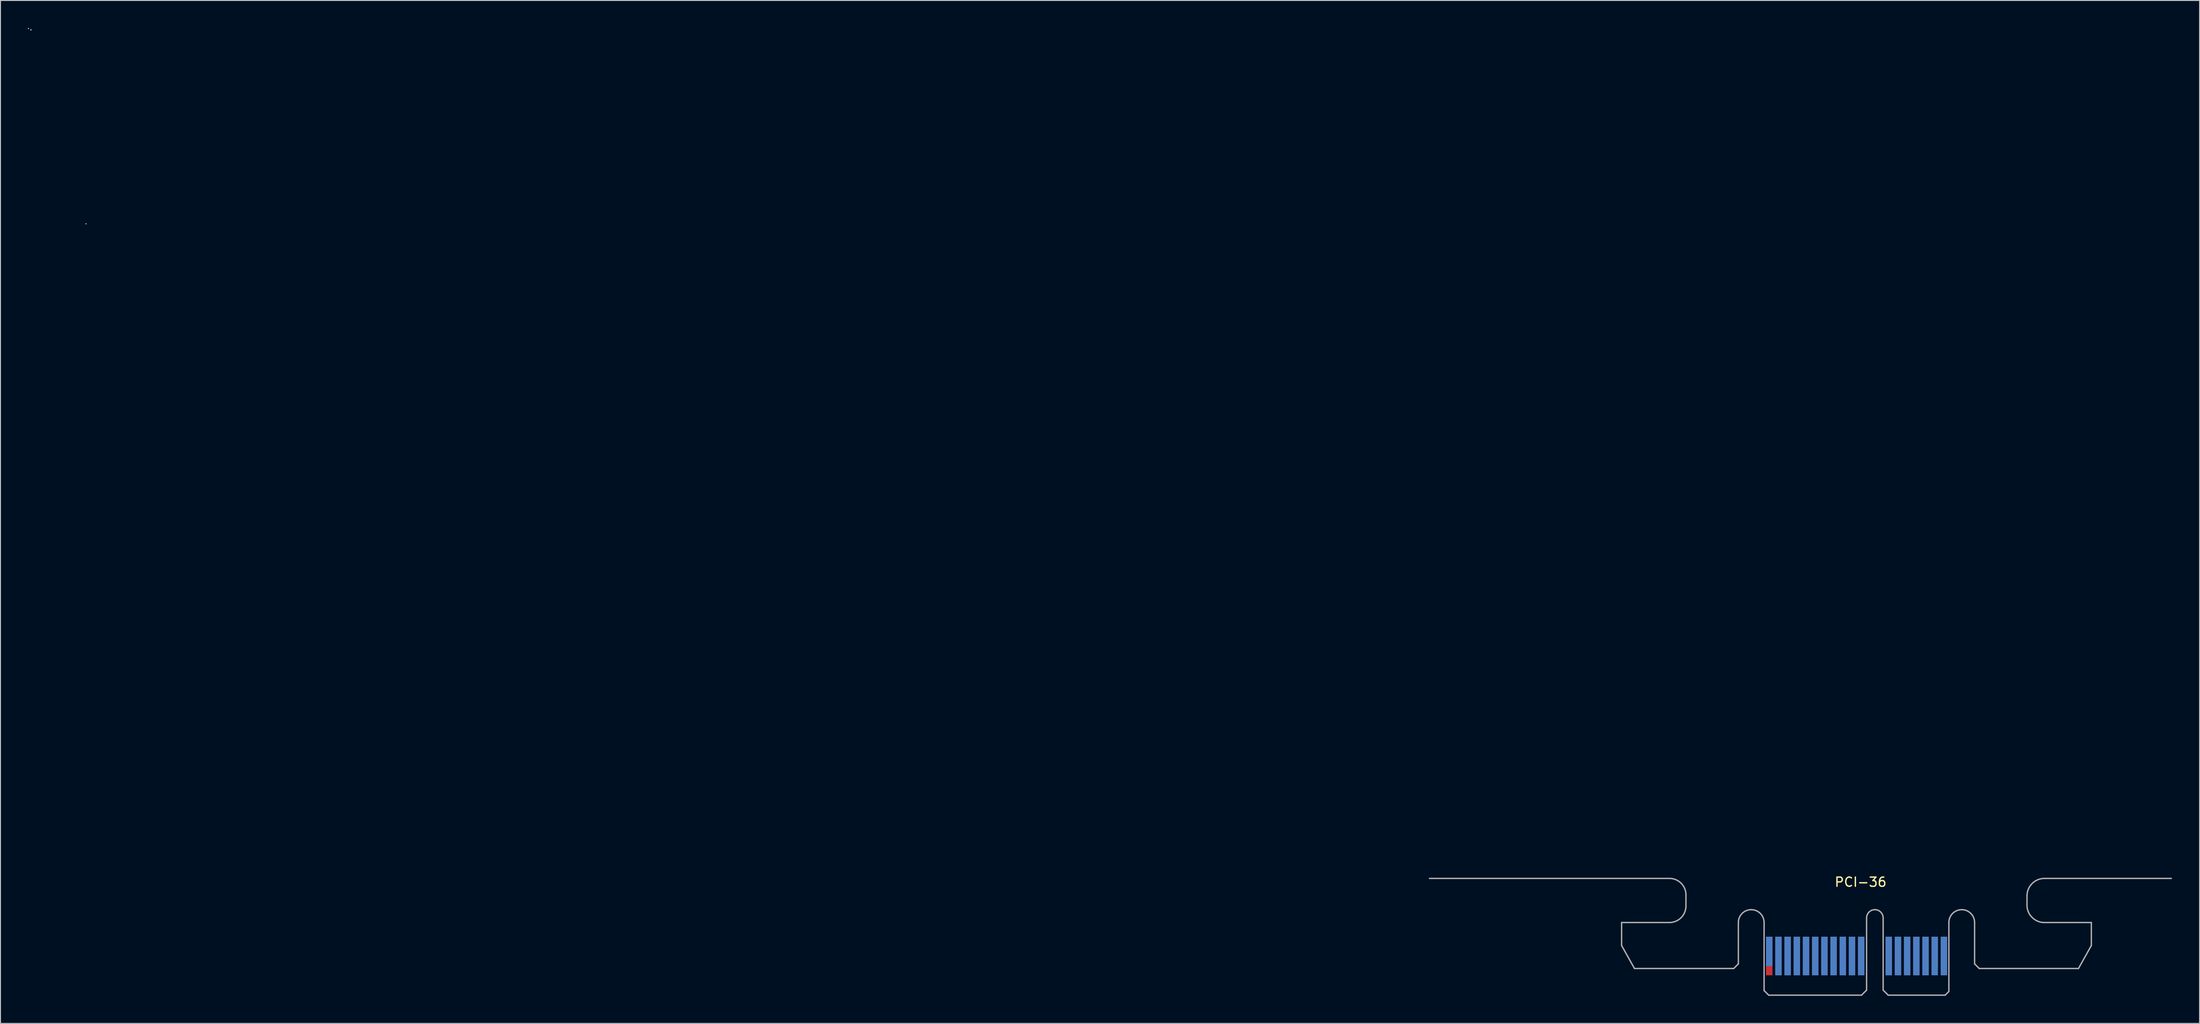
<source format=kicad_pcb>
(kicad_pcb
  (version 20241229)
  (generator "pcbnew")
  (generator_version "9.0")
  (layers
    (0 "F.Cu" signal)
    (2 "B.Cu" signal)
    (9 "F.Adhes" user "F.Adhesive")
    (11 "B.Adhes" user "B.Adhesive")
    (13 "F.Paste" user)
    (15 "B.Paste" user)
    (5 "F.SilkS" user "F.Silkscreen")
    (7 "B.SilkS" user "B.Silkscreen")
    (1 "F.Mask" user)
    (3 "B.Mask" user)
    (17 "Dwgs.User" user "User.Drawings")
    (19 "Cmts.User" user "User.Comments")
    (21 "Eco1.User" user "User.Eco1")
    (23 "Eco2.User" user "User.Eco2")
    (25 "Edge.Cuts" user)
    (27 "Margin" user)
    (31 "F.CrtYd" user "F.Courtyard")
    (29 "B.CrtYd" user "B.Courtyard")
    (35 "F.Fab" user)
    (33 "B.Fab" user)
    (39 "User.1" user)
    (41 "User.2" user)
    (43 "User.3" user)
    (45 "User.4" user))
  (footprint "PCI-36"
    (layer "F.Cu")
    (at 199.35 92.42)
    (property "Reference" "PCI-36" (at 0 0.5 0) (layer "F.SilkS") (effects (font (size 1 1) (thickness 0.15))))
    (attr through_hole)
    (fp_line (start -10.46 3.31) (end -9.96 5.13) (stroke (width 0.15) (type solid)) (layer "F.Mask"))
    (fp_line (start -9.96 5.13) (end -9.46 3.31) (stroke (width 0.15) (type solid)) (layer "F.Mask"))
    (fp_line (start -9.46 3.31) (end -10.46 3.31) (stroke (width 0.15) (type solid)) (layer "F.Mask"))
    (fp_line (start -199.3 -92.37) (end -199.3 -92.37) (stroke (width 0.1) (type solid)) (layer "Dwgs.User"))
    (fp_line (start -199.3 -92.37) (end -199.3 -92.37) (stroke (width 0.1) (type solid)) (layer "Dwgs.User"))
    (fp_line (start -199.3 -92.37) (end -199.3 -92.37) (stroke (width 0.1) (type solid)) (layer "Dwgs.User"))
    (fp_line (start -199.3 -92.37) (end -199.3 -92.37) (stroke (width 0.1) (type solid)) (layer "Dwgs.User"))
    (fp_line (start -199.3 -92.37) (end -199.3 -92.37) (stroke (width 0.1) (type solid)) (layer "Dwgs.User"))
    (fp_line (start -199.3 -92.37) (end -199.3 -92.37) (stroke (width 0.1) (type solid)) (layer "Dwgs.User"))
    (fp_line (start -199.04 -92.22) (end -199.04 -92.22) (stroke (width 0.1) (type solid)) (layer "Dwgs.User"))
    (fp_line (start -199.04 -92.22) (end -199.04 -92.22) (stroke (width 0.1) (type solid)) (layer "Dwgs.User"))
    (fp_line (start -199.04 -92.22) (end -199.04 -92.22) (stroke (width 0.1) (type solid)) (layer "Dwgs.User"))
    (fp_line (start -199.04 -92.22) (end -199.04 -92.22) (stroke (width 0.1) (type solid)) (layer "Dwgs.User"))
    (fp_line (start -199.04 -92.22) (end -199.04 -92.22) (stroke (width 0.1) (type solid)) (layer "Dwgs.User"))
    (fp_line (start -199.04 -92.22) (end -199.04 -92.22) (stroke (width 0.1) (type solid)) (layer "Dwgs.User"))
    (fp_line (start -199.04 -92.22) (end -199.04 -92.22) (stroke (width 0.1) (type solid)) (layer "Dwgs.User"))
    (fp_line (start -199.04 -92.22) (end -199.04 -92.22) (stroke (width 0.1) (type solid)) (layer "Dwgs.User"))
    (fp_line (start -199.04 -92.22) (end -199.04 -92.22) (stroke (width 0.1) (type solid)) (layer "Dwgs.User"))
    (fp_line (start -199.04 -92.22) (end -199.04 -92.22) (stroke (width 0.1) (type solid)) (layer "Dwgs.User"))
    (fp_line (start -199.04 -92.22) (end -199.04 -92.22) (stroke (width 0.1) (type solid)) (layer "Dwgs.User"))
    (fp_line (start -199.04 -92.22) (end -199.04 -92.22) (stroke (width 0.1) (type solid)) (layer "Dwgs.User"))
    (fp_line (start -199.04 -92.22) (end -199.04 -92.22) (stroke (width 0.1) (type solid)) (layer "Dwgs.User"))
    (fp_line (start -199.04 -92.22) (end -199.04 -92.22) (stroke (width 0.1) (type solid)) (layer "Dwgs.User"))
    (fp_line (start -199.04 -92.22) (end -199.04 -92.22) (stroke (width 0.1) (type solid)) (layer "Dwgs.User"))
    (fp_line (start -199.04 -92.22) (end -199.04 -92.22) (stroke (width 0.1) (type solid)) (layer "Dwgs.User"))
    (fp_line (start -199.04 -92.22) (end -199.04 -92.22) (stroke (width 0.1) (type solid)) (layer "Dwgs.User"))
    (fp_line (start -199.04 -92.22) (end -199.04 -92.22) (stroke (width 0.1) (type solid)) (layer "Dwgs.User"))
    (fp_line (start -199.04 -92.22) (end -199.04 -92.22) (stroke (width 0.1) (type solid)) (layer "Dwgs.User"))
    (fp_line (start -199.04 -92.22) (end -199.04 -92.22) (stroke (width 0.1) (type solid)) (layer "Dwgs.User"))
    (fp_line (start -199.04 -92.22) (end -199.04 -92.22) (stroke (width 0.1) (type solid)) (layer "Dwgs.User"))
    (fp_line (start -199.04 -92.22) (end -199.04 -92.22) (stroke (width 0.1) (type solid)) (layer "Dwgs.User"))
    (fp_line (start -199.04 -92.22) (end -199.04 -92.22) (stroke (width 0.1) (type solid)) (layer "Dwgs.User"))
    (fp_line (start -199.04 -92.22) (end -199.04 -92.22) (stroke (width 0.1) (type solid)) (layer "Dwgs.User"))
    (fp_line (start -199.04 -92.22) (end -199.04 -92.22) (stroke (width 0.1) (type solid)) (layer "Dwgs.User"))
    (fp_line (start -199.04 -92.22) (end -199.04 -92.22) (stroke (width 0.1) (type solid)) (layer "Dwgs.User"))
    (fp_line (start -199.04 -92.22) (end -199.04 -92.22) (stroke (width 0.1) (type solid)) (layer "Dwgs.User"))
    (fp_line (start -199.04 -92.22) (end -199.04 -92.22) (stroke (width 0.1) (type solid)) (layer "Dwgs.User"))
    (fp_line (start -199.04 -92.22) (end -199.04 -92.22) (stroke (width 0.1) (type solid)) (layer "Dwgs.User"))
    (fp_line (start -199.04 -92.22) (end -199.04 -92.22) (stroke (width 0.1) (type solid)) (layer "Dwgs.User"))
    (fp_line (start -199.04 -92.22) (end -199.04 -92.22) (stroke (width 0.1) (type solid)) (layer "Dwgs.User"))
    (fp_line (start -199.04 -92.22) (end -199.04 -92.22) (stroke (width 0.1) (type solid)) (layer "Dwgs.User"))
    (fp_line (start -199.04 -92.22) (end -199.04 -92.22) (stroke (width 0.1) (type solid)) (layer "Dwgs.User"))
    (fp_line (start -199.04 -92.22) (end -199.04 -92.22) (stroke (width 0.1) (type solid)) (layer "Dwgs.User"))
    (fp_line (start -199.04 -92.22) (end -199.04 -92.22) (stroke (width 0.1) (type solid)) (layer "Dwgs.User"))
    (fp_line (start -199.04 -92.22) (end -199.04 -92.22) (stroke (width 0.1) (type solid)) (layer "Dwgs.User"))
    (fp_line (start -199.04 -92.22) (end -199.04 -92.22) (stroke (width 0.1) (type solid)) (layer "Dwgs.User"))
    (fp_line (start -199.04 -92.22) (end -199.04 -92.22) (stroke (width 0.1) (type solid)) (layer "Dwgs.User"))
    (fp_line (start -199.04 -92.22) (end -199.04 -92.22) (stroke (width 0.1) (type solid)) (layer "Dwgs.User"))
    (fp_line (start -199.04 -92.22) (end -199.04 -92.22) (stroke (width 0.1) (type solid)) (layer "Dwgs.User"))
    (fp_line (start -199.04 -92.22) (end -199.04 -92.22) (stroke (width 0.1) (type solid)) (layer "Dwgs.User"))
    (fp_line (start -199.04 -92.22) (end -199.04 -92.22) (stroke (width 0.1) (type solid)) (layer "Dwgs.User"))
    (fp_line (start -199.04 -92.22) (end -199.04 -92.22) (stroke (width 0.1) (type solid)) (layer "Dwgs.User"))
    (fp_line (start -199.04 -92.22) (end -199.04 -92.22) (stroke (width 0.1) (type solid)) (layer "Dwgs.User"))
    (fp_line (start -199.04 -92.22) (end -199.04 -92.22) (stroke (width 0.1) (type solid)) (layer "Dwgs.User"))
    (fp_line (start -199.04 -92.22) (end -199.04 -92.22) (stroke (width 0.1) (type solid)) (layer "Dwgs.User"))
    (fp_line (start -199.04 -92.22) (end -199.04 -92.22) (stroke (width 0.1) (type solid)) (layer "Dwgs.User"))
    (fp_line (start -199.04 -92.22) (end -199.04 -92.22) (stroke (width 0.1) (type solid)) (layer "Dwgs.User"))
    (fp_line (start -199.04 -92.22) (end -199.04 -92.22) (stroke (width 0.1) (type solid)) (layer "Dwgs.User"))
    (fp_line (start -199.04 -92.22) (end -199.04 -92.22) (stroke (width 0.1) (type solid)) (layer "Dwgs.User"))
    (fp_line (start -199.04 -92.22) (end -199.04 -92.22) (stroke (width 0.1) (type solid)) (layer "Dwgs.User"))
    (fp_line (start -199.04 -92.22) (end -199.04 -92.22) (stroke (width 0.1) (type solid)) (layer "Dwgs.User"))
    (fp_line (start -199.04 -92.22) (end -199.04 -92.22) (stroke (width 0.1) (type solid)) (layer "Dwgs.User"))
    (fp_line (start -199.04 -92.22) (end -199.04 -92.22) (stroke (width 0.1) (type solid)) (layer "Dwgs.User"))
    (fp_line (start -199.04 -92.22) (end -199.04 -92.22) (stroke (width 0.1) (type solid)) (layer "Dwgs.User"))
    (fp_line (start -199.04 -92.22) (end -199.04 -92.22) (stroke (width 0.1) (type solid)) (layer "Dwgs.User"))
    (fp_line (start -199.04 -92.22) (end -199.04 -92.22) (stroke (width 0.1) (type solid)) (layer "Dwgs.User"))
    (fp_line (start -199.04 -92.22) (end -199.04 -92.22) (stroke (width 0.1) (type solid)) (layer "Dwgs.User"))
    (fp_line (start -199.04 -92.22) (end -199.04 -92.22) (stroke (width 0.1) (type solid)) (layer "Dwgs.User"))
    (fp_line (start -199.04 -92.22) (end -199.04 -92.22) (stroke (width 0.1) (type solid)) (layer "Dwgs.User"))
    (fp_line (start -199.04 -92.22) (end -199.04 -92.22) (stroke (width 0.1) (type solid)) (layer "Dwgs.User"))
    (fp_line (start -199.04 -92.22) (end -199.04 -92.22) (stroke (width 0.1) (type solid)) (layer "Dwgs.User"))
    (fp_line (start -199.04 -92.22) (end -199.04 -92.22) (stroke (width 0.1) (type solid)) (layer "Dwgs.User"))
    (fp_line (start -199.04 -92.22) (end -199.04 -92.22) (stroke (width 0.1) (type solid)) (layer "Dwgs.User"))
    (fp_line (start -199.04 -92.22) (end -199.04 -92.22) (stroke (width 0.1) (type solid)) (layer "Dwgs.User"))
    (fp_line (start -199.04 -92.22) (end -199.04 -92.22) (stroke (width 0.1) (type solid)) (layer "Dwgs.User"))
    (fp_line (start -199.04 -92.22) (end -199.04 -92.22) (stroke (width 0.1) (type solid)) (layer "Dwgs.User"))
    (fp_line (start -199.04 -92.22) (end -199.04 -92.22) (stroke (width 0.1) (type solid)) (layer "Dwgs.User"))
    (fp_line (start -199.04 -92.22) (end -199.04 -92.22) (stroke (width 0.1) (type solid)) (layer "Dwgs.User"))
    (fp_line (start -199.04 -92.22) (end -199.04 -92.22) (stroke (width 0.1) (type solid)) (layer "Dwgs.User"))
    (fp_line (start -199.04 -92.22) (end -199.04 -92.22) (stroke (width 0.1) (type solid)) (layer "Dwgs.User"))
    (fp_line (start -199.04 -92.22) (end -199.04 -92.22) (stroke (width 0.1) (type solid)) (layer "Dwgs.User"))
    (fp_line (start -199.04 -92.22) (end -199.04 -92.22) (stroke (width 0.1) (type solid)) (layer "Dwgs.User"))
    (fp_line (start -199.04 -92.22) (end -199.04 -92.22) (stroke (width 0.1) (type solid)) (layer "Dwgs.User"))
    (fp_line (start -199.04 -92.22) (end -199.04 -92.22) (stroke (width 0.1) (type solid)) (layer "Dwgs.User"))
    (fp_line (start -199.04 -92.22) (end -199.04 -92.22) (stroke (width 0.1) (type solid)) (layer "Dwgs.User"))
    (fp_line (start -199.04 -92.22) (end -199.04 -92.22) (stroke (width 0.1) (type solid)) (layer "Dwgs.User"))
    (fp_line (start -199.04 -92.22) (end -199.04 -92.22) (stroke (width 0.1) (type solid)) (layer "Dwgs.User"))
    (fp_line (start -199.04 -92.22) (end -199.04 -92.22) (stroke (width 0.1) (type solid)) (layer "Dwgs.User"))
    (fp_line (start -199.04 -92.22) (end -199.04 -92.22) (stroke (width 0.1) (type solid)) (layer "Dwgs.User"))
    (fp_line (start -199.04 -92.22) (end -199.04 -92.22) (stroke (width 0.1) (type solid)) (layer "Dwgs.User"))
    (fp_line (start -199.04 -92.22) (end -199.04 -92.22) (stroke (width 0.1) (type solid)) (layer "Dwgs.User"))
    (fp_line (start -199.04 -92.22) (end -199.04 -92.22) (stroke (width 0.1) (type solid)) (layer "Dwgs.User"))
    (fp_line (start -199.04 -92.22) (end -199.04 -92.22) (stroke (width 0.1) (type solid)) (layer "Dwgs.User"))
    (fp_line (start -199.04 -92.22) (end -199.04 -92.22) (stroke (width 0.1) (type solid)) (layer "Dwgs.User"))
    (fp_line (start -199.04 -92.22) (end -199.04 -92.22) (stroke (width 0.1) (type solid)) (layer "Dwgs.User"))
    (fp_line (start -199.04 -92.22) (end -199.04 -92.22) (stroke (width 0.1) (type solid)) (layer "Dwgs.User"))
    (fp_line (start -199.04 -92.22) (end -199.04 -92.22) (stroke (width 0.1) (type solid)) (layer "Dwgs.User"))
    (fp_line (start -199.04 -92.22) (end -199.04 -92.22) (stroke (width 0.1) (type solid)) (layer "Dwgs.User"))
    (fp_line (start -199.04 -92.22) (end -199.04 -92.22) (stroke (width 0.1) (type solid)) (layer "Dwgs.User"))
    (fp_line (start -199.04 -92.22) (end -199.04 -92.22) (stroke (width 0.1) (type solid)) (layer "Dwgs.User"))
    (fp_line (start -199.04 -92.22) (end -199.04 -92.22) (stroke (width 0.1) (type solid)) (layer "Dwgs.User"))
    (fp_line (start -199.04 -92.22) (end -199.04 -92.22) (stroke (width 0.1) (type solid)) (layer "Dwgs.User"))
    (fp_line (start -199.04 -92.22) (end -199.04 -92.22) (stroke (width 0.1) (type solid)) (layer "Dwgs.User"))
    (fp_line (start -199.04 -92.22) (end -199.04 -92.22) (stroke (width 0.1) (type solid)) (layer "Dwgs.User"))
    (fp_line (start -199.04 -92.22) (end -199.04 -92.22) (stroke (width 0.1) (type solid)) (layer "Dwgs.User"))
    (fp_line (start -199.04 -92.22) (end -199.04 -92.22) (stroke (width 0.1) (type solid)) (layer "Dwgs.User"))
    (fp_line (start -199.04 -92.22) (end -199.04 -92.22) (stroke (width 0.1) (type solid)) (layer "Dwgs.User"))
    (fp_line (start -199.04 -92.22) (end -199.04 -92.22) (stroke (width 0.1) (type solid)) (layer "Dwgs.User"))
    (fp_line (start -199.04 -92.22) (end -199.04 -92.22) (stroke (width 0.1) (type solid)) (layer "Dwgs.User"))
    (fp_line (start -199.04 -92.22) (end -199.04 -92.22) (stroke (width 0.1) (type solid)) (layer "Dwgs.User"))
    (fp_line (start -199.04 -92.22) (end -199.04 -92.22) (stroke (width 0.1) (type solid)) (layer "Dwgs.User"))
    (fp_line (start -199.04 -92.22) (end -199.04 -92.22) (stroke (width 0.1) (type solid)) (layer "Dwgs.User"))
    (fp_line (start -199.04 -92.22) (end -199.04 -92.22) (stroke (width 0.1) (type solid)) (layer "Dwgs.User"))
    (fp_line (start -199.04 -92.22) (end -199.04 -92.22) (stroke (width 0.1) (type solid)) (layer "Dwgs.User"))
    (fp_line (start -199.04 -92.22) (end -199.04 -92.22) (stroke (width 0.1) (type solid)) (layer "Dwgs.User"))
    (fp_line (start -199.04 -92.22) (end -199.04 -92.22) (stroke (width 0.1) (type solid)) (layer "Dwgs.User"))
    (fp_line (start -199.04 -92.22) (end -199.04 -92.22) (stroke (width 0.1) (type solid)) (layer "Dwgs.User"))
    (fp_line (start -199.04 -92.22) (end -199.04 -92.22) (stroke (width 0.1) (type solid)) (layer "Dwgs.User"))
    (fp_line (start -199.04 -92.22) (end -199.04 -92.22) (stroke (width 0.1) (type solid)) (layer "Dwgs.User"))
    (fp_line (start -199.04 -92.22) (end -199.04 -92.22) (stroke (width 0.1) (type solid)) (layer "Dwgs.User"))
    (fp_line (start -199.04 -92.22) (end -199.04 -92.22) (stroke (width 0.1) (type solid)) (layer "Dwgs.User"))
    (fp_line (start -199.04 -92.22) (end -199.04 -92.22) (stroke (width 0.1) (type solid)) (layer "Dwgs.User"))
    (fp_line (start -199.04 -92.22) (end -199.04 -92.22) (stroke (width 0.1) (type solid)) (layer "Dwgs.User"))
    (fp_line (start -199.04 -92.22) (end -199.04 -92.22) (stroke (width 0.1) (type solid)) (layer "Dwgs.User"))
    (fp_line (start -199.04 -92.22) (end -199.04 -92.22) (stroke (width 0.1) (type solid)) (layer "Dwgs.User"))
    (fp_line (start -199.04 -92.22) (end -199.04 -92.22) (stroke (width 0.1) (type solid)) (layer "Dwgs.User"))
    (fp_line (start -199.04 -92.22) (end -199.04 -92.22) (stroke (width 0.1) (type solid)) (layer "Dwgs.User"))
    (fp_line (start -199.04 -92.22) (end -199.04 -92.22) (stroke (width 0.1) (type solid)) (layer "Dwgs.User"))
    (fp_line (start -199.04 -92.22) (end -199.04 -92.22) (stroke (width 0.1) (type solid)) (layer "Dwgs.User"))
    (fp_line (start -199.04 -92.22) (end -199.04 -92.22) (stroke (width 0.1) (type solid)) (layer "Dwgs.User"))
    (fp_line (start -199.04 -92.22) (end -199.04 -92.22) (stroke (width 0.1) (type solid)) (layer "Dwgs.User"))
    (fp_line (start -199.04 -92.22) (end -199.04 -92.22) (stroke (width 0.1) (type solid)) (layer "Dwgs.User"))
    (fp_line (start -199.04 -92.22) (end -199.04 -92.22) (stroke (width 0.1) (type solid)) (layer "Dwgs.User"))
    (fp_line (start -199.04 -92.22) (end -199.04 -92.22) (stroke (width 0.1) (type solid)) (layer "Dwgs.User"))
    (fp_line (start -199.04 -92.22) (end -199.04 -92.22) (stroke (width 0.1) (type solid)) (layer "Dwgs.User"))
    (fp_line (start -199.04 -92.22) (end -199.04 -92.22) (stroke (width 0.1) (type solid)) (layer "Dwgs.User"))
    (fp_line (start -199.04 -92.22) (end -199.04 -92.22) (stroke (width 0.1) (type solid)) (layer "Dwgs.User"))
    (fp_line (start -199.04 -92.22) (end -199.04 -92.22) (stroke (width 0.1) (type solid)) (layer "Dwgs.User"))
    (fp_line (start -199.04 -92.22) (end -199.04 -92.22) (stroke (width 0.1) (type solid)) (layer "Dwgs.User"))
    (fp_line (start -199.04 -92.22) (end -199.04 -92.22) (stroke (width 0.1) (type solid)) (layer "Dwgs.User"))
    (fp_line (start -199.04 -92.22) (end -199.04 -92.22) (stroke (width 0.1) (type solid)) (layer "Dwgs.User"))
    (fp_line (start -199.04 -92.22) (end -199.04 -92.22) (stroke (width 0.1) (type solid)) (layer "Dwgs.User"))
    (fp_line (start -199.04 -92.22) (end -199.04 -92.22) (stroke (width 0.1) (type solid)) (layer "Dwgs.User"))
    (fp_line (start -199.04 -92.22) (end -199.04 -92.22) (stroke (width 0.1) (type solid)) (layer "Dwgs.User"))
    (fp_line (start -199.04 -92.22) (end -199.04 -92.22) (stroke (width 0.1) (type solid)) (layer "Dwgs.User"))
    (fp_line (start -199.04 -92.22) (end -199.04 -92.22) (stroke (width 0.1) (type solid)) (layer "Dwgs.User"))
    (fp_line (start -199.04 -92.22) (end -199.04 -92.22) (stroke (width 0.1) (type solid)) (layer "Dwgs.User"))
    (fp_line (start -199.04 -92.22) (end -199.04 -92.22) (stroke (width 0.1) (type solid)) (layer "Dwgs.User"))
    (fp_line (start -199.04 -92.22) (end -199.04 -92.22) (stroke (width 0.1) (type solid)) (layer "Dwgs.User"))
    (fp_line (start -199.04 -92.22) (end -199.04 -92.22) (stroke (width 0.1) (type solid)) (layer "Dwgs.User"))
    (fp_line (start -199.04 -92.22) (end -199.04 -92.22) (stroke (width 0.1) (type solid)) (layer "Dwgs.User"))
    (fp_line (start -199.04 -92.22) (end -199.04 -92.22) (stroke (width 0.1) (type solid)) (layer "Dwgs.User"))
    (fp_line (start -199.04 -92.22) (end -199.04 -92.22) (stroke (width 0.1) (type solid)) (layer "Dwgs.User"))
    (fp_line (start -199.04 -92.22) (end -199.04 -92.22) (stroke (width 0.1) (type solid)) (layer "Dwgs.User"))
    (fp_line (start -199.04 -92.22) (end -199.04 -92.22) (stroke (width 0.1) (type solid)) (layer "Dwgs.User"))
    (fp_line (start -199.04 -92.22) (end -199.04 -92.22) (stroke (width 0.1) (type solid)) (layer "Dwgs.User"))
    (fp_line (start -199.04 -92.22) (end -199.04 -92.22) (stroke (width 0.1) (type solid)) (layer "Dwgs.User"))
    (fp_line (start -199.04 -92.22) (end -199.04 -92.22) (stroke (width 0.1) (type solid)) (layer "Dwgs.User"))
    (fp_line (start -199.04 -92.22) (end -199.04 -92.22) (stroke (width 0.1) (type solid)) (layer "Dwgs.User"))
    (fp_line (start -199.04 -92.22) (end -199.04 -92.22) (stroke (width 0.1) (type solid)) (layer "Dwgs.User"))
    (fp_line (start -199.04 -92.22) (end -199.04 -92.22) (stroke (width 0.1) (type solid)) (layer "Dwgs.User"))
    (fp_line (start -199.04 -92.22) (end -199.04 -92.22) (stroke (width 0.1) (type solid)) (layer "Dwgs.User"))
    (fp_line (start -199.04 -92.22) (end -199.04 -92.22) (stroke (width 0.1) (type solid)) (layer "Dwgs.User"))
    (fp_line (start -199.04 -92.22) (end -199.04 -92.22) (stroke (width 0.1) (type solid)) (layer "Dwgs.User"))
    (fp_line (start -199.04 -92.22) (end -199.04 -92.22) (stroke (width 0.1) (type solid)) (layer "Dwgs.User"))
    (fp_line (start -199.04 -92.22) (end -199.04 -92.22) (stroke (width 0.1) (type solid)) (layer "Dwgs.User"))
    (fp_line (start -199.04 -92.22) (end -199.04 -92.22) (stroke (width 0.1) (type solid)) (layer "Dwgs.User"))
    (fp_line (start -199.04 -92.22) (end -199.04 -92.22) (stroke (width 0.1) (type solid)) (layer "Dwgs.User"))
    (fp_line (start -199.04 -92.22) (end -199.04 -92.22) (stroke (width 0.1) (type solid)) (layer "Dwgs.User"))
    (fp_line (start -193.04 -71.12) (end -193.04 -71.12) (stroke (width 0.1) (type solid)) (layer "Dwgs.User"))
    (fp_line (start -193.04 -71.12) (end -193.04 -71.12) (stroke (width 0.1) (type solid)) (layer "Dwgs.User"))
    (fp_line (start -193.04 -71.12) (end -193.04 -71.12) (stroke (width 0.1) (type solid)) (layer "Dwgs.User"))
    (fp_line (start -193.04 -71.12) (end -193.04 -71.12) (stroke (width 0.1) (type solid)) (layer "Dwgs.User"))
    (fp_line (start -26 7.4) (end -26 4.9) (stroke (width 0.15) (type solid)) (layer "F.Fab"))
    (fp_line (start -24.6 9.9) (end -26 7.4) (stroke (width 0.15) (type solid)) (layer "F.Fab"))
    (fp_line (start -20.9 0.1) (end -46.9 0.1) (stroke (width 0.15) (type solid)) (layer "F.Fab"))
    (fp_line (start -20.8 4.9) (end -26 4.9) (stroke (width 0.15) (type solid)) (layer "F.Fab"))
    (fp_line (start -19 1.8) (end -19 3.1) (stroke (width 0.15) (type solid)) (layer "F.Fab"))
    (fp_line (start -13.8 9.9) (end -24.6 9.9) (stroke (width 0.15) (type solid)) (layer "F.Fab"))
    (fp_line (start -13.3 4.9) (end -13.3 9.4) (stroke (width 0.15) (type solid)) (layer "F.Fab"))
    (fp_line (start -13.3 9.4) (end -13.8 9.9) (stroke (width 0.15) (type solid)) (layer "F.Fab"))
    (fp_line (start -10.5 4.9) (end -10.5 12.3) (stroke (width 0.15) (type solid)) (layer "F.Fab"))
    (fp_line (start -10.5 12.3) (end -10 12.8) (stroke (width 0.15) (type solid)) (layer "F.Fab"))
    (fp_line (start -10 12.8) (end 0.1 12.8) (stroke (width 0.15) (type solid)) (layer "F.Fab"))
    (fp_line (start 0.65 4.4) (end 0.65 12.25) (stroke (width 0.15) (type solid)) (layer "F.Fab"))
    (fp_line (start 0.65 12.25) (end 0.1 12.8) (stroke (width 0.15) (type solid)) (layer "F.Fab"))
    (fp_line (start 2.45 4.4) (end 2.45 12.25) (stroke (width 0.15) (type solid)) (layer "F.Fab"))
    (fp_line (start 2.45 12.25) (end 3 12.8) (stroke (width 0.15) (type solid)) (layer "F.Fab"))
    (fp_line (start 9.2 12.8) (end 3 12.8) (stroke (width 0.15) (type solid)) (layer "F.Fab"))
    (fp_line (start 9.6 4.9) (end 9.6 12.4) (stroke (width 0.15) (type solid)) (layer "F.Fab"))
    (fp_line (start 9.6 12.4) (end 9.2 12.8) (stroke (width 0.15) (type solid)) (layer "F.Fab"))
    (fp_line (start 12.4 9.4) (end 12.4 4.9) (stroke (width 0.15) (type solid)) (layer "F.Fab"))
    (fp_line (start 12.9 9.9) (end 12.4 9.4) (stroke (width 0.15) (type solid)) (layer "F.Fab"))
    (fp_line (start 18.1 2) (end 18.1 2.9) (stroke (width 0.15) (type solid)) (layer "F.Fab"))
    (fp_line (start 19.9 4.9) (end 25.1 4.9) (stroke (width 0.15) (type solid)) (layer "F.Fab"))
    (fp_line (start 20 0.1) (end 33.8 0.1) (stroke (width 0.15) (type solid)) (layer "F.Fab"))
    (fp_line (start 23.7 9.9) (end 12.9 9.9) (stroke (width 0.15) (type solid)) (layer "F.Fab"))
    (fp_line (start 25.1 4.9) (end 25.1 7.4) (stroke (width 0.15) (type solid)) (layer "F.Fab"))
    (fp_line (start 25.1 7.4) (end 23.7 9.9) (stroke (width 0.15) (type solid)) (layer "F.Fab"))
    (fp_arc (start -20.9 0.1) (mid -19.597918 0.556497) (end -19 1.8) (stroke (width 0.15) (type solid)) (layer "F.Fab"))
    (fp_arc (start -19 3.1) (mid -19.527208 4.372792) (end -20.8 4.9) (stroke (width 0.15) (type solid)) (layer "F.Fab"))
    (fp_arc (start -13.3 4.9) (mid -12.889949 3.910051) (end -11.9 3.5) (stroke (width 0.15) (type solid)) (layer "F.Fab"))
    (fp_arc (start -11.9 3.5) (mid -10.910051 3.910051) (end -10.5 4.9) (stroke (width 0.15) (type solid)) (layer "F.Fab"))
    (fp_arc (start 0.65 4.4) (mid 0.913604 3.763604) (end 1.55 3.5) (stroke (width 0.15) (type solid)) (layer "F.Fab"))
    (fp_arc (start 1.55 3.5) (mid 2.186396 3.763604) (end 2.45 4.4) (stroke (width 0.15) (type solid)) (layer "F.Fab"))
    (fp_arc (start 9.6 4.9) (mid 10.010051 3.910051) (end 11 3.5) (stroke (width 0.15) (type solid)) (layer "F.Fab"))
    (fp_arc (start 11 3.5) (mid 11.989949 3.910051) (end 12.4 4.9) (stroke (width 0.15) (type solid)) (layer "F.Fab"))
    (fp_arc (start 18.1 2) (mid 18.656497 0.656497) (end 20 0.1) (stroke (width 0.15) (type solid)) (layer "F.Fab"))
    (fp_arc (start 19.9 4.9) (mid 18.585786 4.272792) (end 18.1 2.9) (stroke (width 0.15) (type solid)) (layer "F.Fab"))
    (pad "A1" smd rect (at -9.94 8.04) (size 0.7 3.2) (layers "F.Mask" "B.Cu" "F.Paste"))
    (pad "A2" smd rect (at -8.94 8.54) (size 0.7 4.2) (layers "F.Mask" "B.Cu" "F.Paste"))
    (pad "A3" smd rect (at -7.94 8.54) (size 0.7 4.2) (layers "F.Mask" "B.Cu" "F.Paste"))
    (pad "A4" smd rect (at -6.94 8.54) (size 0.7 4.2) (layers "F.Mask" "B.Cu" "F.Paste"))
    (pad "A5" smd rect (at -5.94 8.54) (size 0.7 4.2) (layers "F.Mask" "B.Cu" "F.Paste"))
    (pad "A6" smd rect (at -4.94 8.54) (size 0.7 4.2) (layers "F.Mask" "B.Cu" "F.Paste"))
    (pad "A7" smd rect (at -3.94 8.54) (size 0.7 4.2) (layers "F.Mask" "B.Cu" "F.Paste"))
    (pad "A8" smd rect (at -2.94 8.54) (size 0.7 4.2) (layers "F.Mask" "B.Cu" "F.Paste"))
    (pad "A9" smd rect (at -1.94 8.54) (size 0.7 4.2) (layers "F.Mask" "B.Cu" "F.Paste"))
    (pad "A10" smd rect (at -0.94 8.54) (size 0.7 4.2) (layers "F.Mask" "B.Cu" "F.Paste"))
    (pad "A11" smd rect (at 0.06 8.54) (size 0.7 4.2) (layers "F.Mask" "B.Cu" "F.Paste"))
    (pad "A12" smd rect (at 3.06 8.54) (size 0.7 4.2) (layers "F.Mask" "B.Cu" "F.Paste"))
    (pad "A13" smd rect (at 4.06 8.54) (size 0.7 4.2) (layers "F.Mask" "B.Cu" "F.Paste"))
    (pad "A14" smd rect (at 5.06 8.54) (size 0.7 4.2) (layers "F.Mask" "B.Cu" "F.Paste"))
    (pad "A15" smd rect (at 6.06 8.54) (size 0.7 4.2) (layers "F.Mask" "B.Cu" "F.Paste"))
    (pad "A16" smd rect (at 7.06 8.54) (size 0.7 4.2) (layers "F.Mask" "B.Cu" "F.Paste"))
    (pad "A17" smd rect (at 8.06 8.54) (size 0.7 4.2) (layers "F.Mask" "B.Cu" "F.Paste"))
    (pad "A18" smd rect (at 9.06 8.54) (size 0.7 4.2) (layers "F.Mask" "B.Cu" "F.Paste"))
    (pad "B1" smd rect (at -9.94 8.54) (size 0.7 4.2) (layers "F.Cu" "F.Mask" "F.Paste"))
    (pad "B2" smd rect (at -8.94 8.54) (size 0.7 4.2) (layers "F.Cu" "F.Mask" "F.Paste"))
    (pad "B3" smd rect (at -7.94 8.54) (size 0.7 4.2) (layers "F.Cu" "F.Mask" "F.Paste"))
    (pad "B4" smd rect (at -6.94 8.54) (size 0.7 4.2) (layers "F.Cu" "F.Mask" "F.Paste"))
    (pad "B5" smd rect (at -5.94 8.54) (size 0.7 4.2) (layers "F.Cu" "F.Mask" "F.Paste"))
    (pad "B6" smd rect (at -4.94 8.54) (size 0.7 4.2) (layers "F.Cu" "F.Mask" "F.Paste"))
    (pad "B7" smd rect (at -3.94 8.54) (size 0.7 4.2) (layers "F.Cu" "F.Mask" "F.Paste"))
    (pad "B8" smd rect (at -2.94 8.54) (size 0.7 4.2) (layers "F.Cu" "F.Mask" "F.Paste"))
    (pad "B9" smd rect (at -1.94 8.54) (size 0.7 4.2) (layers "F.Cu" "F.Mask" "F.Paste"))
    (pad "B10" smd rect (at -0.94 8.54) (size 0.7 4.2) (layers "F.Cu" "F.Mask" "F.Paste"))
    (pad "B11" smd rect (at 0.06 8.54) (size 0.7 4.2) (layers "F.Cu" "F.Mask" "F.Paste"))
    (pad "B12" smd rect (at 3.06 8.54) (size 0.7 4.2) (layers "F.Cu" "F.Mask" "F.Paste"))
    (pad "B13" smd rect (at 4.06 8.54) (size 0.7 4.2) (layers "F.Cu" "F.Mask" "F.Paste"))
    (pad "B14" smd rect (at 5.06 8.54) (size 0.7 4.2) (layers "F.Cu" "F.Mask" "F.Paste"))
    (pad "B15" smd rect (at 6.06 8.54) (size 0.7 4.2) (layers "F.Cu" "F.Mask" "F.Paste"))
    (pad "B16" smd rect (at 7.06 8.54) (size 0.7 4.2) (layers "F.Cu" "F.Mask" "F.Paste"))
    (pad "B17" smd rect (at 8.06 8.04) (size 0.7 3.2) (layers "F.Cu" "F.Mask" "F.Paste"))
    (pad "B18" smd rect (at 9.06 8.54) (size 0.7 4.2) (layers "F.Cu" "F.Mask" "F.Paste")))
  (gr_rect
    (start -3 -3)
    (end 236.225 108.295)
    (stroke (width 0.1) (type default))
    (fill no)
    (layer "Edge.Cuts")))
</source>
